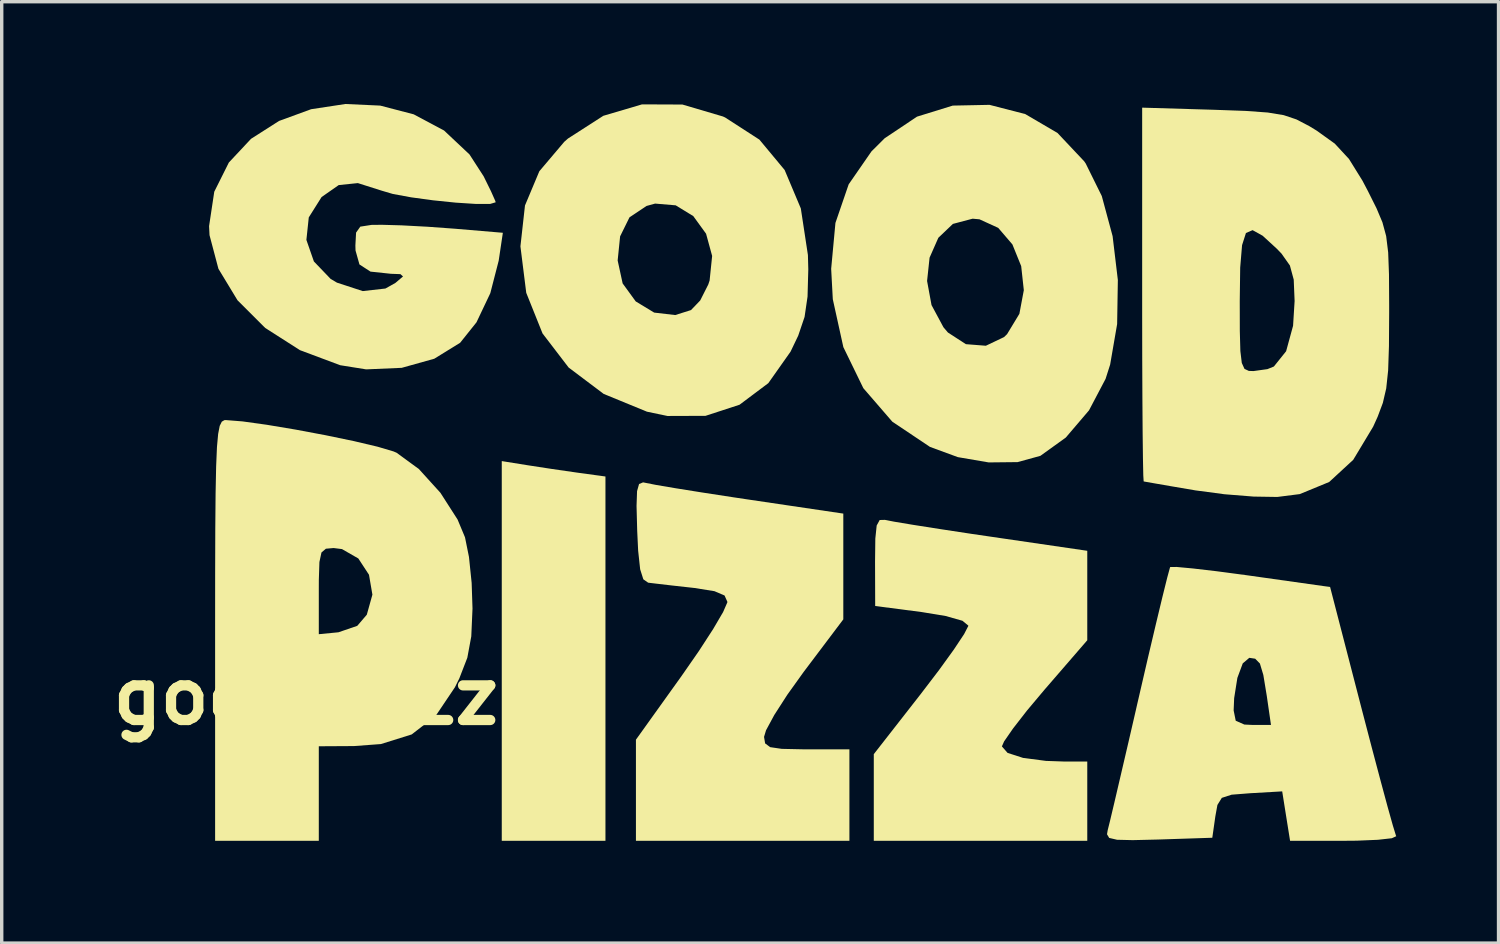
<source format=kicad_pcb>
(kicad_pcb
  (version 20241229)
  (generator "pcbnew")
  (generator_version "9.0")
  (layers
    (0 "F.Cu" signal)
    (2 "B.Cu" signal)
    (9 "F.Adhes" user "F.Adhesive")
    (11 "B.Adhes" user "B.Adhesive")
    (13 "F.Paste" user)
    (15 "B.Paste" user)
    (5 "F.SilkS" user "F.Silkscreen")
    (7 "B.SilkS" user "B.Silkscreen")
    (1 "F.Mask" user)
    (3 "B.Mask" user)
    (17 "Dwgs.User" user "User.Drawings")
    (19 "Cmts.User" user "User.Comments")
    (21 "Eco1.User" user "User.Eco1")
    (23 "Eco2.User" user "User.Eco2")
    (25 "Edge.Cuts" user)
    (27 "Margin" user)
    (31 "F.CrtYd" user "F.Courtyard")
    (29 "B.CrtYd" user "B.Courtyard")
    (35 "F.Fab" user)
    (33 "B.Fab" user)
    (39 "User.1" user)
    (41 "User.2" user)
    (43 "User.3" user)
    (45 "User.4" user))
  (footprint "good_pizza"
    (layer "F.Cu")
    (at 20.073 10.519)
    (property "Reference" "good_pizza" (at -13.462 6.858 0) (layer "F.SilkS") (effects (font (size 1.524 1.524) (thickness 0.3))))
    (attr board_only exclude_from_pos_files exclude_from_bom)
    (fp_poly (pts (xy -7.647 0.076) (xy -6.936 0.185) (xy -6.204 0.291) (xy -6.126 0.302) (xy -5.366 0.406) (xy -5.366 11.09) (xy -8.407 11.09) (xy -8.407 -0.046)) (stroke (width 0) (type solid)) (fill yes) (layer "F.SilkS"))
    (fp_poly (pts (xy 2.834 1.679) (xy 3.106 1.732) (xy 3.665 1.825) (xy 4.442 1.947) (xy 5.368 2.088) (xy 5.948 2.173) (xy 8.765 2.585) (xy 8.765 5.209) (xy 7.513 6.656) (xy 6.998 7.269) (xy 6.587 7.798) (xy 6.326 8.175) (xy 6.261 8.322) (xy 6.427 8.512) (xy 6.882 8.659) (xy 7.554 8.747) (xy 8.072 8.765) (xy 8.765 8.765) (xy 8.765 11.09) (xy 2.504 11.09) (xy 2.504 8.549) (xy 3.89 6.774) (xy 4.418 6.082) (xy 4.853 5.48) (xy 5.153 5.028) (xy 5.276 4.789) (xy 5.277 4.78) (xy 5.104 4.637) (xy 4.61 4.497) (xy 3.911 4.382) (xy 2.545 4.204) (xy 2.541 2.9) (xy 2.549 2.226) (xy 2.589 1.843) (xy 2.677 1.682) (xy 2.829 1.678)) (stroke (width 0) (type solid)) (fill yes) (layer "F.SilkS"))
    (fp_poly (pts (xy -4.166 0.597) (xy -3.883 0.653) (xy -3.317 0.749) (xy -2.536 0.874) (xy -1.613 1.016) (xy -1.118 1.09) (xy 1.61 1.494) (xy 1.61 4.596) (xy 0.447 6.138) (xy -0.031 6.805) (xy -0.414 7.4) (xy -0.656 7.848) (xy -0.715 8.043) (xy -0.683 8.234) (xy -0.535 8.344) (xy -0.195 8.394) (xy 0.415 8.407) (xy 0.537 8.407) (xy 1.789 8.407) (xy 1.789 11.09) (xy -4.472 11.09) (xy -4.472 8.125) (xy -3.132 6.254) (xy -2.625 5.524) (xy -2.206 4.878) (xy -1.915 4.381) (xy -1.792 4.099) (xy -1.79 4.082) (xy -1.873 3.896) (xy -2.168 3.77) (xy -2.746 3.677) (xy -2.817 3.669) (xy -3.428 3.601) (xy -3.916 3.544) (xy -4.114 3.52) (xy -4.255 3.421) (xy -4.348 3.128) (xy -4.407 2.582) (xy -4.435 1.996) (xy -4.454 1.269) (xy -4.439 0.835) (xy -4.38 0.626) (xy -4.262 0.578)) (stroke (width 0) (type solid)) (fill yes) (layer "F.SilkS"))
    (fp_poly (pts (xy -3.108 -10.503) (xy -1.921 -10.153) (xy -1.857 -10.124) (xy -0.851 -9.474) (xy -0.111 -8.584) (xy 0.364 -7.456) (xy 0.572 -6.089) (xy 0.583 -5.67) (xy 0.561 -4.87) (xy 0.474 -4.274) (xy 0.288 -3.726) (xy 0.063 -3.256) (xy -0.589 -2.332) (xy -1.433 -1.699) (xy -2.431 -1.373) (xy -3.547 -1.369) (xy -4.149 -1.495) (xy -5.418 -2.016) (xy -6.446 -2.79) (xy -7.211 -3.789) (xy -7.689 -4.981) (xy -7.808 -5.93) (xy -5.008 -5.93) (xy -4.862 -5.257) (xy -4.478 -4.729) (xy -3.937 -4.401) (xy -3.32 -4.329) (xy -2.857 -4.475) (xy -2.587 -4.757) (xy -2.35 -5.226) (xy -2.311 -5.343) (xy -2.237 -6.063) (xy -2.415 -6.714) (xy -2.79 -7.231) (xy -3.306 -7.547) (xy -3.909 -7.598) (xy -4.16 -7.529) (xy -4.661 -7.195) (xy -4.936 -6.637) (xy -5.008 -5.93) (xy -7.808 -5.93) (xy -7.859 -6.338) (xy -7.859 -6.35) (xy -7.726 -7.543) (xy -7.305 -8.547) (xy -6.574 -9.41) (xy -6.465 -9.506) (xy -5.428 -10.173) (xy -4.293 -10.508)) (stroke (width 0) (type solid)) (fill yes) (layer "F.SilkS"))
    (fp_poly (pts (xy 6.945 -10.224) (xy 7.892 -9.669) (xy 8.675 -8.838) (xy 8.719 -8.774) (xy 9.191 -7.819) (xy 9.508 -6.644) (xy 9.662 -5.357) (xy 9.641 -4.065) (xy 9.436 -2.877) (xy 9.302 -2.457) (xy 8.816 -1.534) (xy 8.135 -0.736) (xy 7.39 -0.2) (xy 6.722 -0.016) (xy 5.874 -0.007) (xy 4.969 -0.162) (xy 4.15 -0.463) (xy 3.047 -1.202) (xy 2.197 -2.185) (xy 1.611 -3.389) (xy 1.302 -4.792) (xy 1.273 -5.328) (xy 4.067 -5.328) (xy 4.197 -4.622) (xy 4.547 -3.971) (xy 4.678 -3.817) (xy 5.205 -3.475) (xy 5.791 -3.429) (xy 6.324 -3.683) (xy 6.413 -3.769) (xy 6.774 -4.365) (xy 6.904 -5.058) (xy 6.827 -5.764) (xy 6.569 -6.401) (xy 6.153 -6.886) (xy 5.604 -7.137) (xy 5.402 -7.155) (xy 4.824 -7.002) (xy 4.397 -6.595) (xy 4.14 -6.012) (xy 4.067 -5.328) (xy 1.273 -5.328) (xy 1.254 -5.686) (xy 1.379 -7.031) (xy 1.767 -8.162) (xy 2.436 -9.129) (xy 2.824 -9.515) (xy 3.772 -10.148) (xy 4.819 -10.472) (xy 5.898 -10.494)) (stroke (width 0) (type solid)) (fill yes) (layer "F.SilkS"))
    (fp_poly (pts (xy -16.011 -1.21) (xy -15.299 -1.111) (xy -14.456 -0.97) (xy -13.572 -0.804) (xy -12.739 -0.631) (xy -12.046 -0.467) (xy -11.584 -0.33) (xy -11.492 -0.291) (xy -10.838 0.187) (xy -10.206 0.884) (xy -9.703 1.668) (xy -9.485 2.19) (xy -9.369 2.765) (xy -9.29 3.528) (xy -9.265 4.279) (xy -9.301 5.095) (xy -9.417 5.721) (xy -9.65 6.323) (xy -9.781 6.588) (xy -10.345 7.427) (xy -11.049 7.971) (xy -11.95 8.253) (xy -12.741 8.312) (xy -13.773 8.318) (xy -13.773 9.704) (xy -13.773 11.09) (xy -16.814 11.09) (xy -16.814 5.031) (xy -13.773 5.031) (xy -13.197 4.975) (xy -12.645 4.786) (xy -12.365 4.459) (xy -12.201 3.871) (xy -12.301 3.288) (xy -12.614 2.81) (xy -13.093 2.535) (xy -13.339 2.504) (xy -13.565 2.524) (xy -13.695 2.635) (xy -13.755 2.915) (xy -13.772 3.441) (xy -13.773 3.768) (xy -13.773 5.031) (xy -16.814 5.031) (xy -16.814 4.919) (xy -16.813 3.268) (xy -16.809 1.939) (xy -16.8 0.899) (xy -16.784 0.112) (xy -16.76 -0.457) (xy -16.725 -0.842) (xy -16.679 -1.079) (xy -16.618 -1.202) (xy -16.543 -1.246) (xy -16.501 -1.249)) (stroke (width 0) (type solid)) (fill yes) (layer "F.SilkS"))
    (fp_poly (pts (xy 11.862 3.103) (xy 12.556 3.184) (xy 13.4 3.296) (xy 13.572 3.32) (xy 15.887 3.647) (xy 16.816 7.234) (xy 17.099 8.317) (xy 17.355 9.282) (xy 17.569 10.076) (xy 17.728 10.644) (xy 17.817 10.933) (xy 17.827 10.956) (xy 17.699 11.015) (xy 17.288 11.061) (xy 16.669 11.087) (xy 16.311 11.09) (xy 14.713 11.09) (xy 14.597 10.365) (xy 14.482 9.641) (xy 13.546 9.695) (xy 12.999 9.738) (xy 12.711 9.831) (xy 12.582 10.039) (xy 12.521 10.375) (xy 12.432 11.001) (xy 10.852 11.053) (xy 10.099 11.071) (xy 9.639 11.06) (xy 9.408 11.006) (xy 9.344 10.899) (xy 9.363 10.784) (xy 9.429 10.519) (xy 9.561 9.963) (xy 9.746 9.171) (xy 9.972 8.202) (xy 10.188 7.267) (xy 13.058 7.267) (xy 13.119 7.569) (xy 13.372 7.681) (xy 13.605 7.692) (xy 14.153 7.692) (xy 14.03 6.842) (xy 13.929 6.228) (xy 13.828 5.891) (xy 13.69 5.75) (xy 13.517 5.724) (xy 13.325 5.887) (xy 13.167 6.313) (xy 13.073 6.907) (xy 13.058 7.267) (xy 10.188 7.267) (xy 10.223 7.112) (xy 10.296 6.797) (xy 10.549 5.703) (xy 10.778 4.733) (xy 10.969 3.939) (xy 11.11 3.372) (xy 11.188 3.085) (xy 11.198 3.061) (xy 11.387 3.059)) (stroke (width 0) (type solid)) (fill yes) (layer "F.SilkS"))
    (fp_poly (pts (xy -11.972 -10.472) (xy -10.99 -10.216) (xy -10.1 -9.742) (xy -9.353 -9.039) (xy -8.938 -8.397) (xy -8.723 -7.96) (xy -8.598 -7.679) (xy -8.586 -7.636) (xy -8.747 -7.588) (xy -9.168 -7.588) (xy -9.757 -7.626) (xy -10.421 -7.694) (xy -11.067 -7.782) (xy -11.603 -7.881) (xy -11.922 -7.975) (xy -12.628 -8.199) (xy -13.189 -8.141) (xy -13.69 -7.791) (xy -13.692 -7.789) (xy -14.067 -7.193) (xy -14.137 -6.533) (xy -13.917 -5.901) (xy -13.425 -5.388) (xy -13.24 -5.279) (xy -12.484 -5.032) (xy -11.819 -5.107) (xy -11.527 -5.271) (xy -11.303 -5.461) (xy -11.379 -5.529) (xy -11.657 -5.539) (xy -12.257 -5.603) (xy -12.581 -5.813) (xy -12.696 -6.223) (xy -12.7 -6.369) (xy -12.68 -6.747) (xy -12.556 -6.922) (xy -12.227 -6.973) (xy -11.922 -6.976) (xy -11.348 -6.96) (xy -10.58 -6.919) (xy -9.783 -6.861) (xy -9.759 -6.859) (xy -8.375 -6.742) (xy -8.497 -5.924) (xy -8.743 -4.97) (xy -9.149 -4.115) (xy -9.628 -3.516) (xy -10.386 -3.048) (xy -11.341 -2.781) (xy -12.385 -2.736) (xy -13.147 -2.858) (xy -14.325 -3.299) (xy -15.344 -3.95) (xy -16.157 -4.762) (xy -16.717 -5.686) (xy -16.978 -6.672) (xy -16.991 -6.937) (xy -16.839 -7.946) (xy -16.411 -8.803) (xy -15.76 -9.498) (xy -14.939 -10.022) (xy -13.998 -10.366) (xy -12.992 -10.519)) (stroke (width 0) (type solid)) (fill yes) (layer "F.SilkS"))
    (fp_poly (pts (xy 12.491 -10.349) (xy 13.409 -10.316) (xy 14.059 -10.269) (xy 14.526 -10.192) (xy 14.901 -10.066) (xy 15.27 -9.873) (xy 15.487 -9.742) (xy 16.024 -9.357) (xy 16.441 -8.906) (xy 16.834 -8.273) (xy 16.993 -7.971) (xy 17.248 -7.461) (xy 17.422 -7.048) (xy 17.531 -6.646) (xy 17.59 -6.166) (xy 17.614 -5.522) (xy 17.619 -4.626) (xy 17.619 -4.4) (xy 17.613 -3.416) (xy 17.589 -2.704) (xy 17.533 -2.178) (xy 17.434 -1.753) (xy 17.28 -1.343) (xy 17.149 -1.054) (xy 16.565 -0.083) (xy 15.86 0.567) (xy 14.998 0.922) (xy 14.337 1.006) (xy 13.645 0.995) (xy 12.784 0.926) (xy 11.934 0.813) (xy 11.895 0.806) (xy 11.227 0.692) (xy 10.714 0.603) (xy 10.441 0.555) (xy 10.419 0.55) (xy 10.408 0.375) (xy 10.398 -0.114) (xy 10.389 -0.875) (xy 10.382 -1.862) (xy 10.377 -3.034) (xy 10.375 -4.347) (xy 10.375 -4.74) (xy 13.237 -4.74) (xy 13.239 -3.858) (xy 13.255 -3.273) (xy 13.297 -2.924) (xy 13.376 -2.75) (xy 13.503 -2.691) (xy 13.639 -2.686) (xy 14.049 -2.743) (xy 14.238 -2.82) (xy 14.597 -3.268) (xy 14.801 -4.015) (xy 14.846 -4.742) (xy 14.82 -5.368) (xy 14.708 -5.782) (xy 14.462 -6.131) (xy 14.324 -6.274) (xy 13.909 -6.655) (xy 13.614 -6.819) (xy 13.419 -6.736) (xy 13.305 -6.379) (xy 13.25 -5.721) (xy 13.237 -4.74) (xy 10.375 -4.74) (xy 10.375 -4.938) (xy 10.375 -10.412)) (stroke (width 0) (type solid)) (fill yes) (layer "F.SilkS")))
  (gr_rect
    (start -3 -3)
    (end 40.9 24.609)
    (stroke (width 0.1) (type default))
    (fill no)
    (layer "Edge.Cuts")))
</source>
